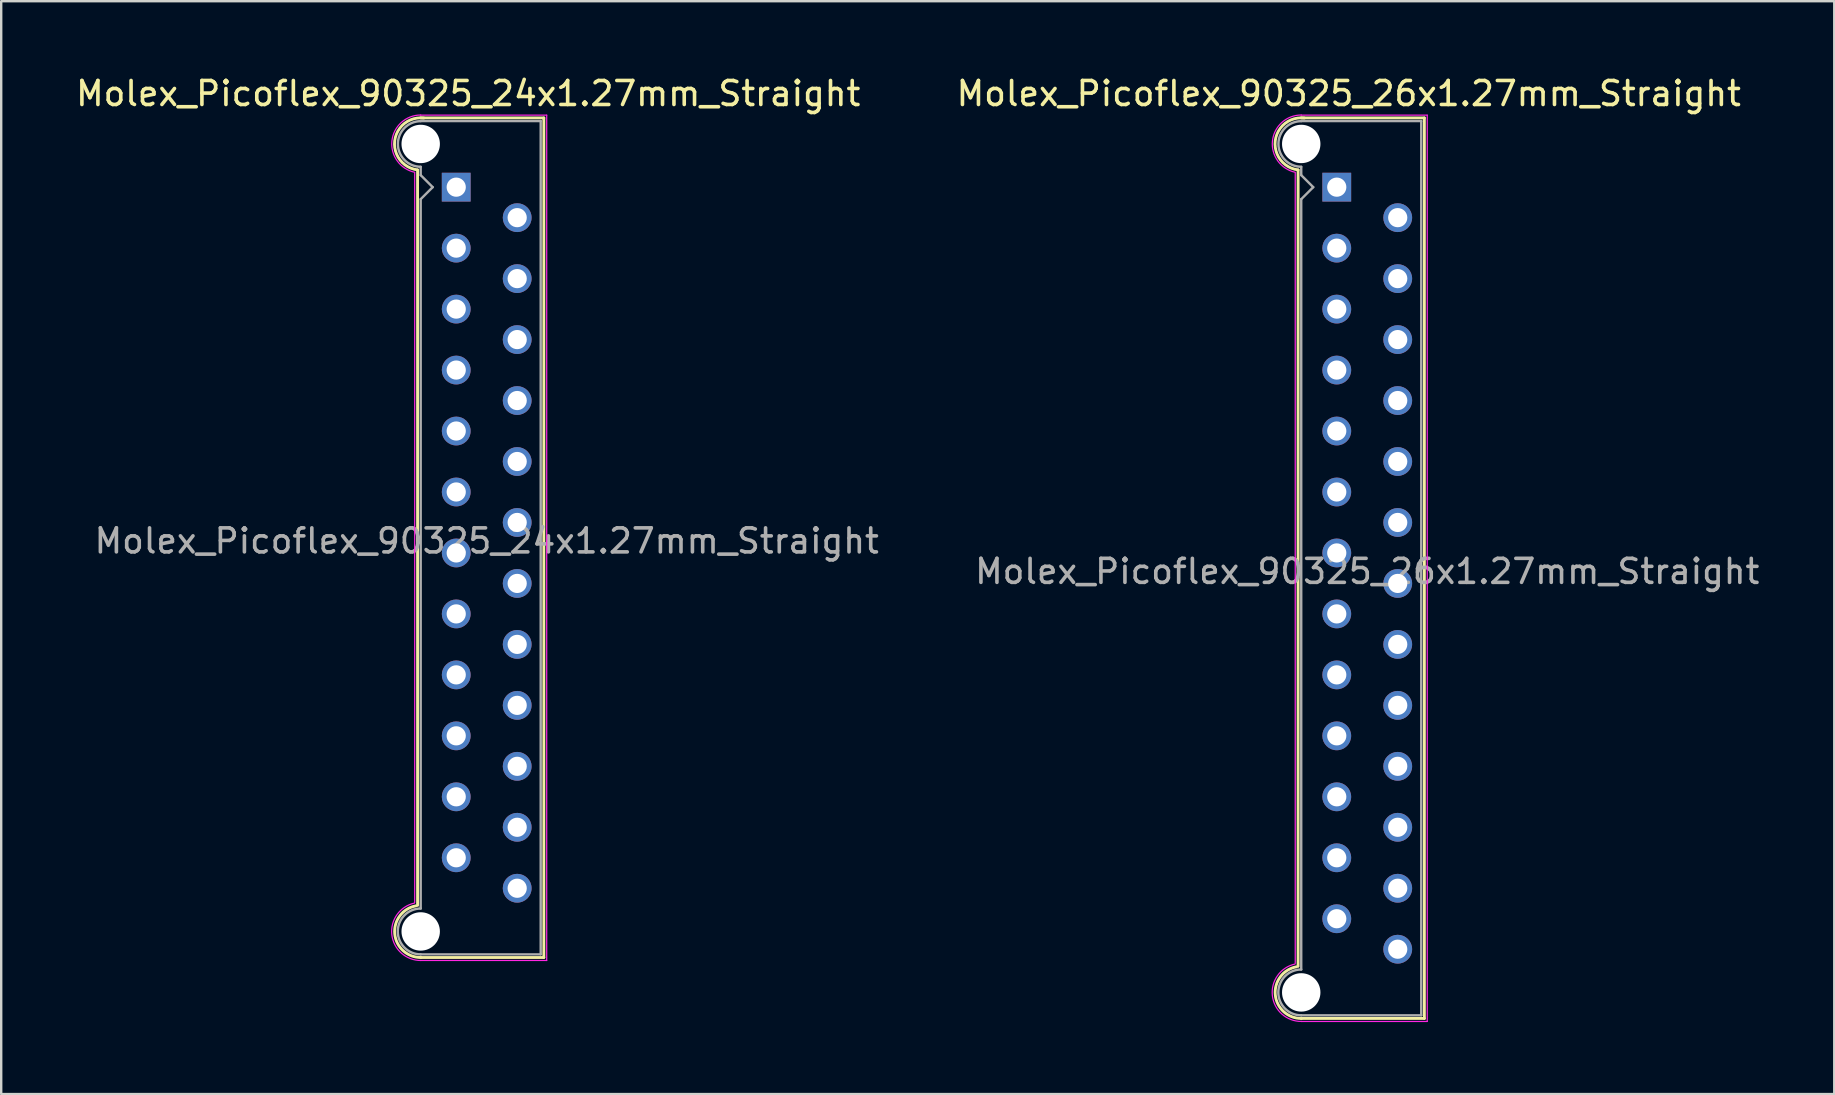
<source format=kicad_pcb>
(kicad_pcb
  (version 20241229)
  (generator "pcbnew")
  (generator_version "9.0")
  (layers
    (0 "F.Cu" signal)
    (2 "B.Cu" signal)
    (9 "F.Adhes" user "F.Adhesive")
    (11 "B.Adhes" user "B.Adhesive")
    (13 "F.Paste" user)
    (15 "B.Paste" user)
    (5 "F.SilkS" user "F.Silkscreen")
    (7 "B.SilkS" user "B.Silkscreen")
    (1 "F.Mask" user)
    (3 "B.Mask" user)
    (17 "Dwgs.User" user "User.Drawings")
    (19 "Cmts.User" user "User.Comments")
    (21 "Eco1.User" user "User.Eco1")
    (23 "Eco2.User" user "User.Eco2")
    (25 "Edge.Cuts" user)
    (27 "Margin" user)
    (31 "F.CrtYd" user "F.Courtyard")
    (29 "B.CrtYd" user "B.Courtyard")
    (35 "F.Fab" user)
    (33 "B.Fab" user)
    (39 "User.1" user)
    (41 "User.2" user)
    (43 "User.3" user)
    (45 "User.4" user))
  (footprint "Molex_Picoflex_90325_24x1.27mm_Straight"
    (layer "F.Cu")
    (at 15.958 4.748)
    (property "Reference" "Molex_Picoflex_90325_24x1.27mm_Straight" (at 0.5 -3.9 0) (layer "F.SilkS") (effects (font (size 1 1) (thickness 0.15))))
    (attr through_hole)
    (fp_line (start -1.61 -0.715) (end -1.61 29.925) (stroke (width 0.12) (type solid)) (layer "F.SilkS"))
    (fp_line (start -1.48 -2.885) (end 3.65 -2.885) (stroke (width 0.12) (type solid)) (layer "F.SilkS"))
    (fp_line (start 3.65 -2.885) (end 3.65 32.095) (stroke (width 0.12) (type solid)) (layer "F.SilkS"))
    (fp_line (start 3.65 32.095) (end -1.48 32.095) (stroke (width 0.12) (type solid)) (layer "F.SilkS"))
    (fp_arc (start -1.61 -0.72) (mid -2.56 -1.93) (end -1.35 -2.88) (stroke (width 0.12) (type solid)) (layer "F.SilkS"))
    (fp_arc (start -1.47 32.095) (mid -2.56 31.114526) (end -1.678256 29.94322) (stroke (width 0.12) (type solid)) (layer "F.SilkS"))
    (fp_line (start -1.73 -0.6) (end -1.73 29.81) (stroke (width 0.05) (type solid)) (layer "F.CrtYd"))
    (fp_line (start -1.48 -3) (end 3.77 -3) (stroke (width 0.05) (type solid)) (layer "F.CrtYd"))
    (fp_line (start 3.77 -3) (end 3.77 32.22) (stroke (width 0.05) (type solid)) (layer "F.CrtYd"))
    (fp_line (start 3.77 32.22) (end -1.48 32.22) (stroke (width 0.05) (type solid)) (layer "F.CrtYd"))
    (fp_arc (start -1.73 -0.62) (mid -2.679668 -1.925287) (end -1.480799 -3.006192) (stroke (width 0.05) (type solid)) (layer "F.CrtYd"))
    (fp_arc (start -1.47 32.22) (mid -2.682326 31.146425) (end -1.741355 29.828521) (stroke (width 0.05) (type solid)) (layer "F.CrtYd"))
    (fp_line (start -1.48 -2.755) (end 3.52 -2.755) (stroke (width 0.1) (type solid)) (layer "F.Fab"))
    (fp_line (start -1.48 -0.845) (end -1.48 -0.5) (stroke (width 0.1) (type solid)) (layer "F.Fab"))
    (fp_line (start -1.48 -0.5) (end -0.98 0) (stroke (width 0.1) (type solid)) (layer "F.Fab"))
    (fp_line (start -1.48 0.5) (end -1.48 30.055) (stroke (width 0.1) (type solid)) (layer "F.Fab"))
    (fp_line (start -0.98 0) (end -1.48 0.5) (stroke (width 0.1) (type solid)) (layer "F.Fab"))
    (fp_line (start 3.52 -2.755) (end 3.52 31.965) (stroke (width 0.1) (type solid)) (layer "F.Fab"))
    (fp_line (start 3.52 31.965) (end -1.48 31.965) (stroke (width 0.1) (type solid)) (layer "F.Fab"))
    (fp_arc (start -1.48 -0.85) (mid -2.43 -1.8) (end -1.48 -2.75) (stroke (width 0.1) (type solid)) (layer "F.Fab"))
    (fp_arc (start -1.48 31.965) (mid -2.435 31.01) (end -1.48 30.055) (stroke (width 0.1) (type solid)) (layer "F.Fab"))
    (fp_text user "${REFERENCE}" (at 1.27 14.74 0) (layer "F.Fab") (effects (font (size 1 1) (thickness 0.15))))
    (pad "" np_thru_hole circle (at -1.48 -1.8) (size 1.6 1.6) (drill 1.6) (layers "*.Cu"))
    (pad "" np_thru_hole circle (at -1.48 31.01) (size 1.6 1.6) (drill 1.6) (layers "*.Cu"))
    (pad "1" thru_hole rect (at 0 0) (size 1.2 1.2) (drill 0.8) (layers "*.Cu" "*.Mask"))
    (pad "2" thru_hole circle (at 2.54 1.27) (size 1.2 1.2) (drill 0.8) (layers "*.Cu" "*.Mask"))
    (pad "3" thru_hole circle (at 0 2.54) (size 1.2 1.2) (drill 0.8) (layers "*.Cu" "*.Mask"))
    (pad "4" thru_hole circle (at 2.54 3.81) (size 1.2 1.2) (drill 0.8) (layers "*.Cu" "*.Mask"))
    (pad "5" thru_hole circle (at 0 5.08) (size 1.2 1.2) (drill 0.8) (layers "*.Cu" "*.Mask"))
    (pad "6" thru_hole circle (at 2.54 6.35) (size 1.2 1.2) (drill 0.8) (layers "*.Cu" "*.Mask"))
    (pad "7" thru_hole circle (at 0 7.62) (size 1.2 1.2) (drill 0.8) (layers "*.Cu" "*.Mask"))
    (pad "8" thru_hole circle (at 2.54 8.89) (size 1.2 1.2) (drill 0.8) (layers "*.Cu" "*.Mask"))
    (pad "9" thru_hole circle (at 0 10.16) (size 1.2 1.2) (drill 0.8) (layers "*.Cu" "*.Mask"))
    (pad "10" thru_hole circle (at 2.54 11.43) (size 1.2 1.2) (drill 0.8) (layers "*.Cu" "*.Mask"))
    (pad "11" thru_hole circle (at 0 12.7) (size 1.2 1.2) (drill 0.8) (layers "*.Cu" "*.Mask"))
    (pad "12" thru_hole circle (at 2.54 13.97) (size 1.2 1.2) (drill 0.8) (layers "*.Cu" "*.Mask"))
    (pad "13" thru_hole circle (at 0 15.24) (size 1.2 1.2) (drill 0.8) (layers "*.Cu" "*.Mask"))
    (pad "14" thru_hole circle (at 2.54 16.51) (size 1.2 1.2) (drill 0.8) (layers "*.Cu" "*.Mask"))
    (pad "15" thru_hole circle (at 0 17.78) (size 1.2 1.2) (drill 0.8) (layers "*.Cu" "*.Mask"))
    (pad "16" thru_hole circle (at 2.54 19.05) (size 1.2 1.2) (drill 0.8) (layers "*.Cu" "*.Mask"))
    (pad "17" thru_hole circle (at 0 20.32) (size 1.2 1.2) (drill 0.8) (layers "*.Cu" "*.Mask"))
    (pad "18" thru_hole circle (at 2.54 21.59) (size 1.2 1.2) (drill 0.8) (layers "*.Cu" "*.Mask"))
    (pad "19" thru_hole circle (at 0 22.86) (size 1.2 1.2) (drill 0.8) (layers "*.Cu" "*.Mask"))
    (pad "20" thru_hole circle (at 2.54 24.13) (size 1.2 1.2) (drill 0.8) (layers "*.Cu" "*.Mask"))
    (pad "21" thru_hole circle (at 0 25.4) (size 1.2 1.2) (drill 0.8) (layers "*.Cu" "*.Mask"))
    (pad "22" thru_hole circle (at 2.54 26.67) (size 1.2 1.2) (drill 0.8) (layers "*.Cu" "*.Mask"))
    (pad "23" thru_hole circle (at 0 27.94) (size 1.2 1.2) (drill 0.8) (layers "*.Cu" "*.Mask"))
    (pad "24" thru_hole circle (at 2.54 29.21) (size 1.2 1.2) (drill 0.8) (layers "*.Cu" "*.Mask")))
  (footprint "Molex_Picoflex_90325_26x1.27mm_Straight"
    (layer "F.Cu")
    (at 52.645 4.748)
    (property "Reference" "Molex_Picoflex_90325_26x1.27mm_Straight" (at 0.5 -3.9 0) (layer "F.SilkS") (effects (font (size 1 1) (thickness 0.15))))
    (attr through_hole)
    (fp_line (start -1.61 -0.715) (end -1.61 32.465) (stroke (width 0.12) (type solid)) (layer "F.SilkS"))
    (fp_line (start -1.48 -2.885) (end 3.65 -2.885) (stroke (width 0.12) (type solid)) (layer "F.SilkS"))
    (fp_line (start 3.65 -2.885) (end 3.65 34.635) (stroke (width 0.12) (type solid)) (layer "F.SilkS"))
    (fp_line (start 3.65 34.635) (end -1.48 34.635) (stroke (width 0.12) (type solid)) (layer "F.SilkS"))
    (fp_arc (start -1.61 -0.72) (mid -2.56 -1.93) (end -1.35 -2.88) (stroke (width 0.12) (type solid)) (layer "F.SilkS"))
    (fp_arc (start -1.47 34.635) (mid -2.56 33.654526) (end -1.678256 32.48322) (stroke (width 0.12) (type solid)) (layer "F.SilkS"))
    (fp_line (start -1.73 -0.6) (end -1.73 32.34) (stroke (width 0.05) (type solid)) (layer "F.CrtYd"))
    (fp_line (start -1.48 -3) (end 3.77 -3) (stroke (width 0.05) (type solid)) (layer "F.CrtYd"))
    (fp_line (start 3.77 -3) (end 3.77 34.76) (stroke (width 0.05) (type solid)) (layer "F.CrtYd"))
    (fp_line (start 3.77 34.76) (end -1.48 34.76) (stroke (width 0.05) (type solid)) (layer "F.CrtYd"))
    (fp_arc (start -1.73 -0.62) (mid -2.679668 -1.925287) (end -1.480799 -3.006192) (stroke (width 0.05) (type solid)) (layer "F.CrtYd"))
    (fp_arc (start -1.47 34.76) (mid -2.682326 33.686425) (end -1.741355 32.368521) (stroke (width 0.05) (type solid)) (layer "F.CrtYd"))
    (fp_line (start -1.48 -2.755) (end 3.52 -2.755) (stroke (width 0.1) (type solid)) (layer "F.Fab"))
    (fp_line (start -1.48 -0.845) (end -1.48 -0.5) (stroke (width 0.1) (type solid)) (layer "F.Fab"))
    (fp_line (start -1.48 -0.5) (end -0.98 0) (stroke (width 0.1) (type solid)) (layer "F.Fab"))
    (fp_line (start -1.48 0.5) (end -1.48 32.595) (stroke (width 0.1) (type solid)) (layer "F.Fab"))
    (fp_line (start -0.98 0) (end -1.48 0.5) (stroke (width 0.1) (type solid)) (layer "F.Fab"))
    (fp_line (start 3.52 -2.755) (end 3.52 34.505) (stroke (width 0.1) (type solid)) (layer "F.Fab"))
    (fp_line (start 3.52 34.505) (end -1.48 34.505) (stroke (width 0.1) (type solid)) (layer "F.Fab"))
    (fp_arc (start -1.48 -0.85) (mid -2.43 -1.8) (end -1.48 -2.75) (stroke (width 0.1) (type solid)) (layer "F.Fab"))
    (fp_arc (start -1.48 34.505) (mid -2.435 33.55) (end -1.48 32.595) (stroke (width 0.1) (type solid)) (layer "F.Fab"))
    (fp_text user "${REFERENCE}" (at 1.27 16.01 0) (layer "F.Fab") (effects (font (size 1 1) (thickness 0.15))))
    (pad "" np_thru_hole circle (at -1.48 -1.8) (size 1.6 1.6) (drill 1.6) (layers "*.Cu"))
    (pad "" np_thru_hole circle (at -1.48 33.55) (size 1.6 1.6) (drill 1.6) (layers "*.Cu"))
    (pad "1" thru_hole rect (at 0 0) (size 1.2 1.2) (drill 0.8) (layers "*.Cu" "*.Mask"))
    (pad "2" thru_hole circle (at 2.54 1.27) (size 1.2 1.2) (drill 0.8) (layers "*.Cu" "*.Mask"))
    (pad "3" thru_hole circle (at 0 2.54) (size 1.2 1.2) (drill 0.8) (layers "*.Cu" "*.Mask"))
    (pad "4" thru_hole circle (at 2.54 3.81) (size 1.2 1.2) (drill 0.8) (layers "*.Cu" "*.Mask"))
    (pad "5" thru_hole circle (at 0 5.08) (size 1.2 1.2) (drill 0.8) (layers "*.Cu" "*.Mask"))
    (pad "6" thru_hole circle (at 2.54 6.35) (size 1.2 1.2) (drill 0.8) (layers "*.Cu" "*.Mask"))
    (pad "7" thru_hole circle (at 0 7.62) (size 1.2 1.2) (drill 0.8) (layers "*.Cu" "*.Mask"))
    (pad "8" thru_hole circle (at 2.54 8.89) (size 1.2 1.2) (drill 0.8) (layers "*.Cu" "*.Mask"))
    (pad "9" thru_hole circle (at 0 10.16) (size 1.2 1.2) (drill 0.8) (layers "*.Cu" "*.Mask"))
    (pad "10" thru_hole circle (at 2.54 11.43) (size 1.2 1.2) (drill 0.8) (layers "*.Cu" "*.Mask"))
    (pad "11" thru_hole circle (at 0 12.7) (size 1.2 1.2) (drill 0.8) (layers "*.Cu" "*.Mask"))
    (pad "12" thru_hole circle (at 2.54 13.97) (size 1.2 1.2) (drill 0.8) (layers "*.Cu" "*.Mask"))
    (pad "13" thru_hole circle (at 0 15.24) (size 1.2 1.2) (drill 0.8) (layers "*.Cu" "*.Mask"))
    (pad "14" thru_hole circle (at 2.54 16.51) (size 1.2 1.2) (drill 0.8) (layers "*.Cu" "*.Mask"))
    (pad "15" thru_hole circle (at 0 17.78) (size 1.2 1.2) (drill 0.8) (layers "*.Cu" "*.Mask"))
    (pad "16" thru_hole circle (at 2.54 19.05) (size 1.2 1.2) (drill 0.8) (layers "*.Cu" "*.Mask"))
    (pad "17" thru_hole circle (at 0 20.32) (size 1.2 1.2) (drill 0.8) (layers "*.Cu" "*.Mask"))
    (pad "18" thru_hole circle (at 2.54 21.59) (size 1.2 1.2) (drill 0.8) (layers "*.Cu" "*.Mask"))
    (pad "19" thru_hole circle (at 0 22.86) (size 1.2 1.2) (drill 0.8) (layers "*.Cu" "*.Mask"))
    (pad "20" thru_hole circle (at 2.54 24.13) (size 1.2 1.2) (drill 0.8) (layers "*.Cu" "*.Mask"))
    (pad "21" thru_hole circle (at 0 25.4) (size 1.2 1.2) (drill 0.8) (layers "*.Cu" "*.Mask"))
    (pad "22" thru_hole circle (at 2.54 26.67) (size 1.2 1.2) (drill 0.8) (layers "*.Cu" "*.Mask"))
    (pad "23" thru_hole circle (at 0 27.94) (size 1.2 1.2) (drill 0.8) (layers "*.Cu" "*.Mask"))
    (pad "24" thru_hole circle (at 2.54 29.21) (size 1.2 1.2) (drill 0.8) (layers "*.Cu" "*.Mask"))
    (pad "25" thru_hole circle (at 0 30.48) (size 1.2 1.2) (drill 0.8) (layers "*.Cu" "*.Mask"))
    (pad "26" thru_hole circle (at 2.54 31.75) (size 1.2 1.2) (drill 0.8) (layers "*.Cu" "*.Mask")))
  (gr_rect
    (start -3 -3)
    (end 73.373 42.533)
    (stroke (width 0.1) (type default))
    (fill no)
    (layer "Edge.Cuts")))
</source>
